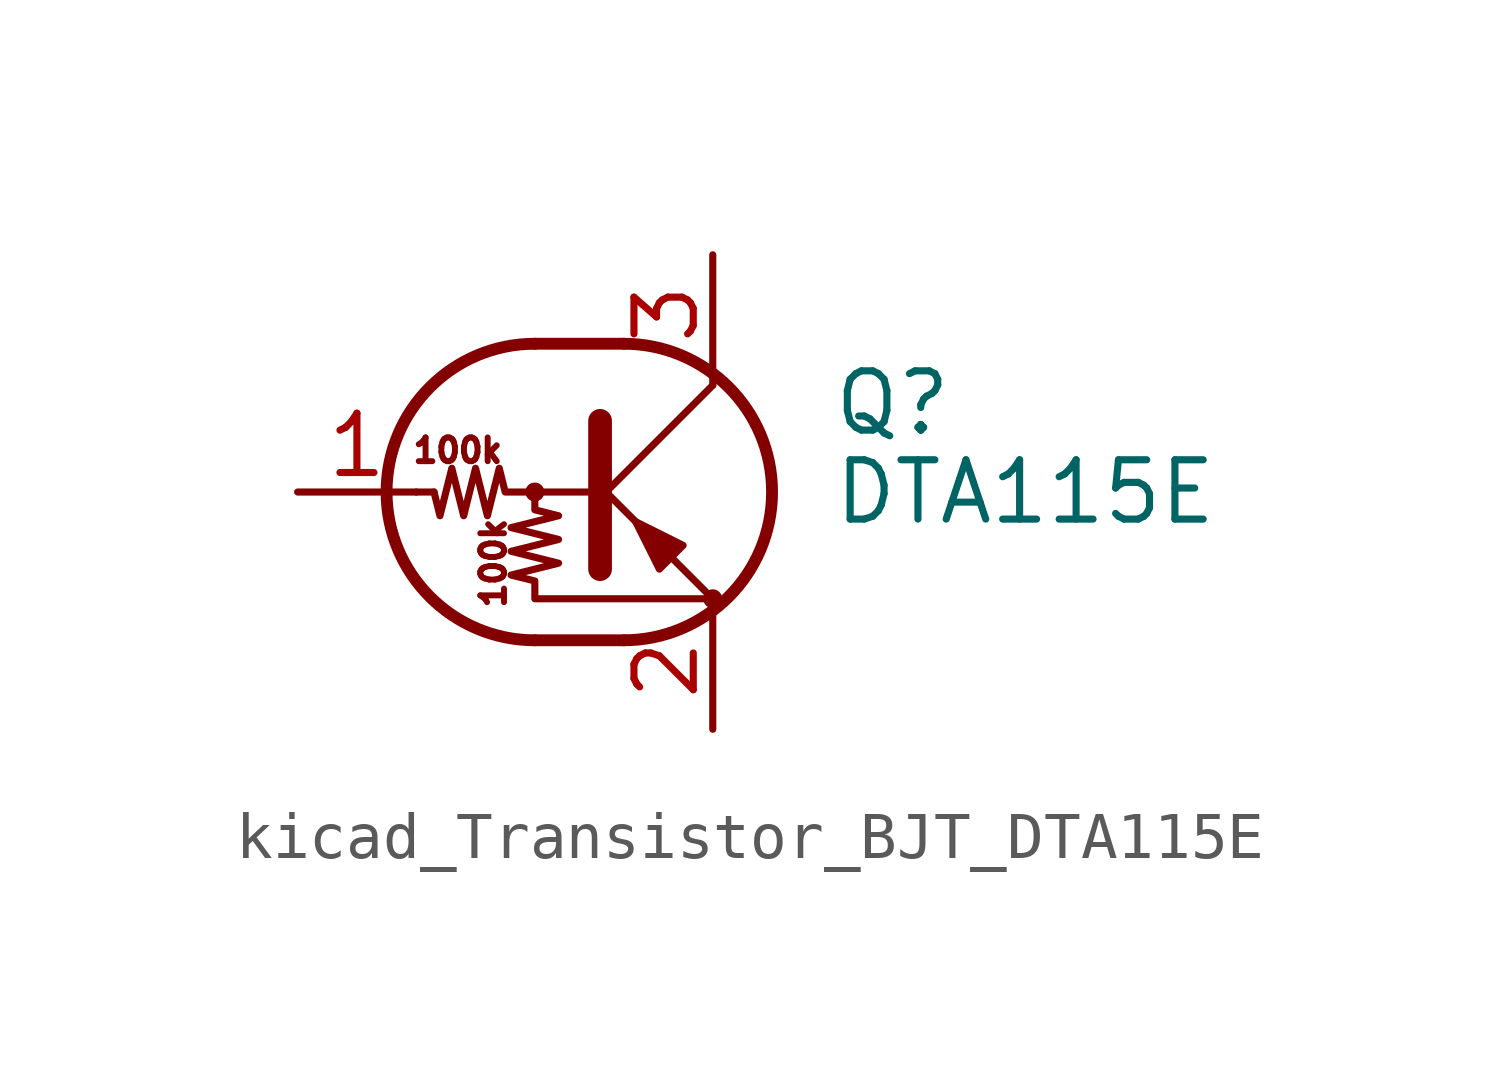
<source format=kicad_sym>
(kicad_symbol_lib
  (version 20220914)
  (generator kicad_symbol_editor)
  (symbol "kicad_Transistor_BJT_DTA115E"
    (pin_names
      (offset 0) hide)
    (property "Reference" "Q"
      (at 5.08 1.905 0)
      (effects (font (size 1.27 1.27)) (justify left)))
    (property "Value" "DTA115E"
      (at 5.08 0 0)
      (effects (font (size 1.27 1.27)) (justify left)))
    (symbol "kicad_Transistor_BJT_DTA115E_0_0"
      (text "100k" (at -2.921 0.889 0) (effects (font (size 0.508 0.508))))
      (text "100k" (at -2.159 -1.524 900) (effects (font (size 0.508 0.508)))))
    (symbol "kicad_Transistor_BJT_DTA115E_0_1"
      (circle (center -1.27 0) (radius 0.127) (stroke (width 0) (type default)) (fill (type none)))
      (arc (start -1.27 3.175) (mid -4.4312 0) (end -1.27 -3.175) (stroke (width 0.254) (type default)) (fill (type none)))
      (polyline (pts (xy -3.429 0) (xy -3.81 0)) (stroke (width 0) (type default)) (fill (type none)))
      (polyline (pts (xy -1.27 -3.175) (xy 0.635 -3.175)) (stroke (width 0.254) (type default)) (fill (type none)))
      (polyline (pts (xy -1.27 3.175) (xy 0.635 3.175)) (stroke (width 0.254) (type default)) (fill (type none)))
      (polyline (pts (xy 0 -0.254) (xy 2.54 2.286)) (stroke (width 0) (type default)) (fill (type none)))
      (polyline (pts (xy 0.127 1.524) (xy 0.127 -1.651)) (stroke (width 0.508) (type default)) (fill (type outline)))
      (polyline (pts (xy 2.54 2.286) (xy 2.54 2.54)) (stroke (width 0) (type default)) (fill (type none)))
      (polyline (pts (xy 2.54 -2.286) (xy 0 0.254) (xy 0 0.254)) (stroke (width 0) (type default)) (fill (type none)))
      (polyline (pts (xy 1.397 -1.651) (xy 1.905 -1.143) (xy 0.889 -0.635) (xy 1.397 -1.651)) (stroke (width 0) (type default)) (fill (type outline)))
      (polyline (pts (xy 0 0) (xy -1.905 0) (xy -2.032 0.508) (xy -2.286 -0.508) (xy -2.54 0.508) (xy -2.794 -0.508) (xy -3.048 0.508) (xy -3.302 -0.508) (xy -3.429 0)) (stroke (width 0) (type default)) (fill (type none)))
      (polyline (pts (xy -1.27 0) (xy -1.27 -0.381) (xy -0.762 -0.508) (xy -1.778 -0.762) (xy -0.762 -1.016) (xy -1.778 -1.27) (xy -0.762 -1.524) (xy -1.778 -1.778) (xy -1.27 -1.905) (xy -1.27 -2.286) (xy 2.54 -2.286)) (stroke (width 0) (type default)) (fill (type none)))
      (arc (start 0.635 -3.175) (mid 3.7962 0) (end 0.635 3.175) (stroke (width 0.254) (type default)) (fill (type none)))
      (circle (center 2.54 -2.286) (radius 0.127) (stroke (width 0) (type default)) (fill (type none))))
    (symbol "kicad_Transistor_BJT_DTA115E_1_1"
      (pin input line (at -6.35 0 0) (length 2.54) (name "B" (effects (font (size 1.27 1.27)))) (number "1" (effects (font (size 1.27 1.27)))))
      (pin passive line (at 2.54 -5.08 90) (length 2.54) (name "E" (effects (font (size 1.27 1.27)))) (number "2" (effects (font (size 1.27 1.27)))))
      (pin passive line (at 2.54 5.08 270) (length 2.54) (name "C" (effects (font (size 1.27 1.27)))) (number "3" (effects (font (size 1.27 1.27))))))))
</source>
